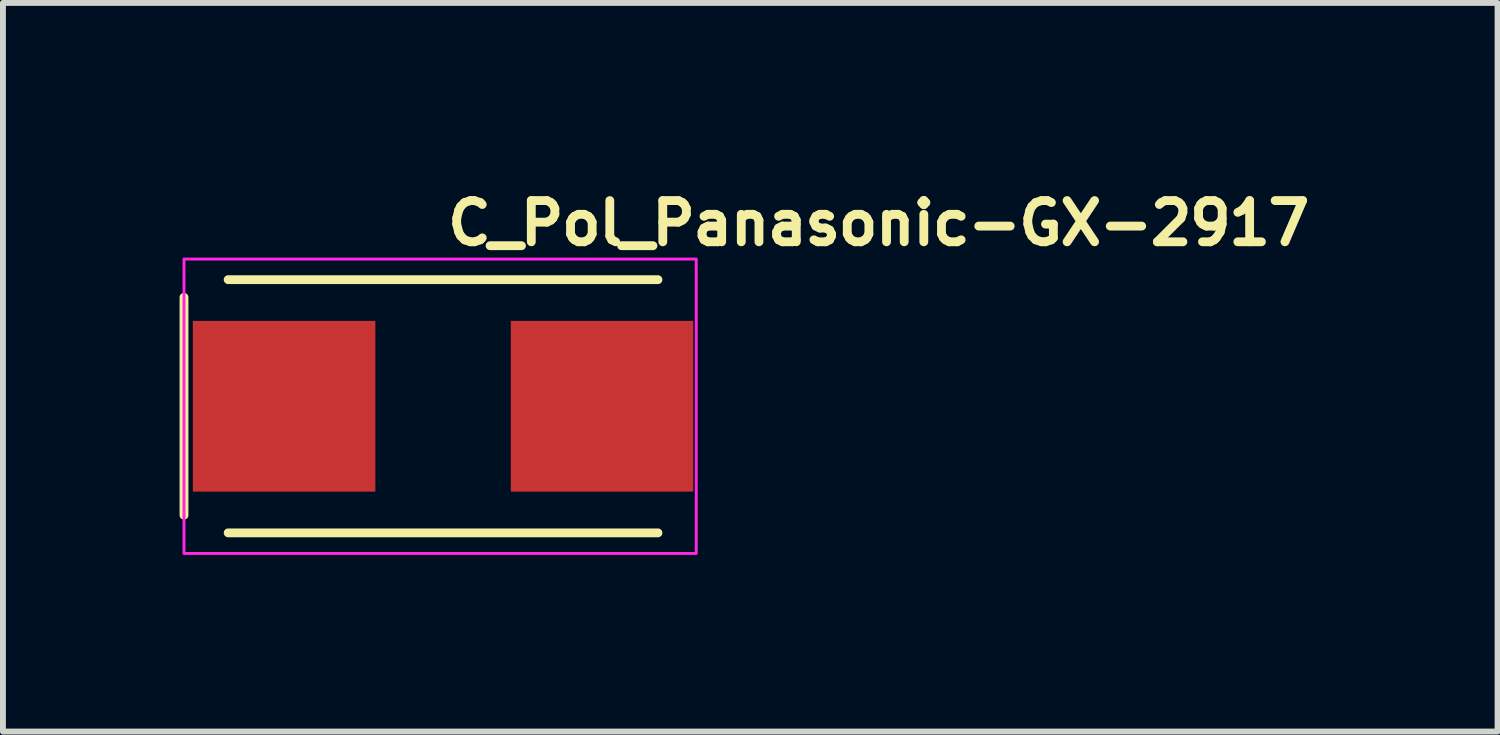
<source format=kicad_pcb>
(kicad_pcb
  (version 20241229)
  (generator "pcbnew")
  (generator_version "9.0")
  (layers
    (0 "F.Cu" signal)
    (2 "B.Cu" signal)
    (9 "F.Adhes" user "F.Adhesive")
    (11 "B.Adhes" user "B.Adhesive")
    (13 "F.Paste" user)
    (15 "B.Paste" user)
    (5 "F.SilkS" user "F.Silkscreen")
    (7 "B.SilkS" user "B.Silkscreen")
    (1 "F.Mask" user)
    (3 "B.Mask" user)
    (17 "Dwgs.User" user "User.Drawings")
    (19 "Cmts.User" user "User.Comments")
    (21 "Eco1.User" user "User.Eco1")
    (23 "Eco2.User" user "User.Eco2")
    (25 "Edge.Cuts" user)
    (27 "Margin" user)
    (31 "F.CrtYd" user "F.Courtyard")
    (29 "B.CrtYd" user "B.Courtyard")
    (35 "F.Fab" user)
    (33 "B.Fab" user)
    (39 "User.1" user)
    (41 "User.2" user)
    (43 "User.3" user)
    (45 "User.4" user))
  (footprint "C_Pol_Panasonic-GX-2917"
    (layer "F.Cu")
    (at 4.475 3.85)
    (property "Reference" "C_Pol_Panasonic-GX-2917" (at 0 -2.7 0) (unlocked yes) (layer "F.SilkS") (effects (font (size 0.7 0.7) (thickness 0.15)) (justify left bottom)))
    (attr smd)
    (fp_line (start -4.4 1.85) (end -4.4 -1.85) (stroke (width 0.15) (type solid)) (layer "F.SilkS"))
    (fp_line (start 3.65 -2.15) (end -3.65 -2.15) (stroke (width 0.15) (type solid)) (layer "F.SilkS"))
    (fp_line (start 3.65 2.15) (end -3.65 2.15) (stroke (width 0.15) (type solid)) (layer "F.SilkS"))
    (fp_rect (start -4.4 -2.5) (end 4.3 2.5) (stroke (width 0.05) (type solid)) (fill no) (layer "F.CrtYd"))
    (fp_rect (start -3.746 -2.248) (end 3.746 2.248) (stroke (width 0.1) (type solid)) (fill no) (layer "User.5"))
    (fp_line (start -3.746 -1.245) (end -3.588 -1.245) (stroke (width 0.02) (type solid)) (layer "User.9"))
    (fp_line (start -3.746 1.245) (end -3.746 -1.245) (stroke (width 0.02) (type solid)) (layer "User.9"))
    (fp_line (start -3.588 -2.248) (end 3.588 -2.248) (stroke (width 0.02) (type solid)) (layer "User.9"))
    (fp_line (start -3.588 1.245) (end -3.746 1.245) (stroke (width 0.02) (type solid)) (layer "User.9"))
    (fp_line (start -3.588 2.248) (end -3.588 -2.248) (stroke (width 0.02) (type solid)) (layer "User.9"))
    (fp_line (start -3.444 -2.104) (end -3.444 2.104) (stroke (width 0.02) (type solid)) (layer "User.9"))
    (fp_line (start -3.444 2.104) (end -2.009 2.104) (stroke (width 0.02) (type solid)) (layer "User.9"))
    (fp_line (start -2.009 -2.104) (end -3.444 -2.104) (stroke (width 0.02) (type solid)) (layer "User.9"))
    (fp_line (start -2.009 2.104) (end -2.009 -2.104) (stroke (width 0.02) (type solid)) (layer "User.9"))
    (fp_line (start 3.588 -2.248) (end 3.588 2.248) (stroke (width 0.02) (type solid)) (layer "User.9"))
    (fp_line (start 3.588 -1.245) (end 3.746 -1.245) (stroke (width 0.02) (type solid)) (layer "User.9"))
    (fp_line (start 3.588 2.248) (end -3.588 2.248) (stroke (width 0.02) (type solid)) (layer "User.9"))
    (fp_line (start 3.746 -1.245) (end 3.746 1.245) (stroke (width 0.02) (type solid)) (layer "User.9"))
    (fp_line (start 3.746 1.245) (end 3.588 1.245) (stroke (width 0.02) (type solid)) (layer "User.9"))
    (pad "1" smd rect (at -2.7 0) (size 3.1 2.9) (layers "F.Cu" "F.Mask" "F.Paste"))
    (pad "2" smd rect (at 2.7 0) (size 3.1 2.9) (layers "F.Cu" "F.Mask" "F.Paste")))
  (gr_rect
    (start -3 -3)
    (end 22.385 9.375)
    (stroke (width 0.1) (type default))
    (fill no)
    (layer "Edge.Cuts")))
</source>
